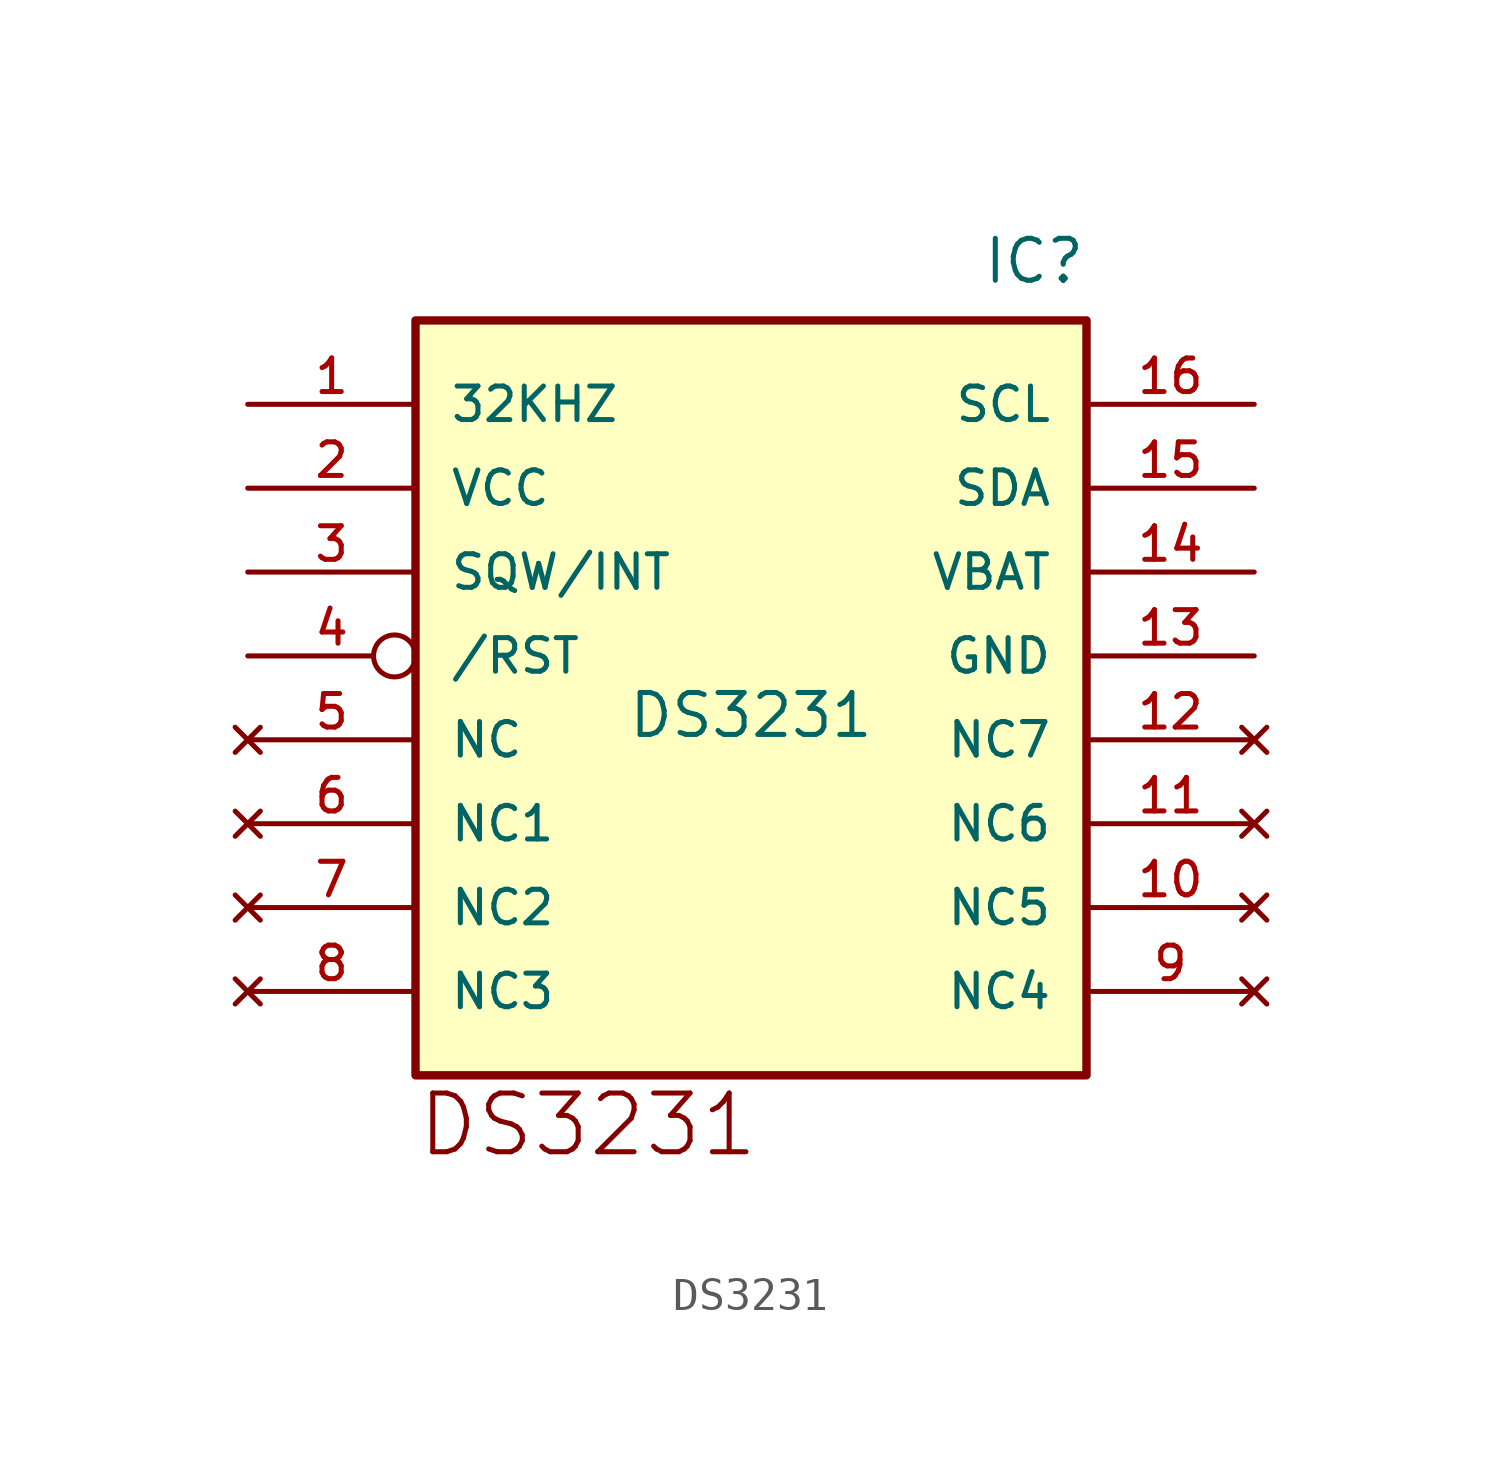
<source format=kicad_sym>
(kicad_symbol_lib
  (version 20231120)
  (generator "kicad_symbol_editor")
  (generator_version "8.0")
  (symbol "DS3231"
    (pin_names
      (offset 1.016))
    (property "Reference" "IC"
      (at 10.16 15.24 0)
      (effects (font (size 1.27 1.27)) (justify right top)))
    (property "Value" "DS3231"
      (at 0 0 0)
      (effects (font (size 1.27 1.27)) (justify bottom)))
    (symbol "DS3231_0_0"
      (rectangle (start -10.16 -10.16) (end 10.16 12.7) (stroke (width 0.254) (type default)) (fill (type background)))
      (text "DS3231" (at -10.16 -12.7 0) (effects (font (size 1.778 1.778)) (justify left bottom)))
      (pin output line (at -15.24 10.16 0) (length 5.08) (name "32KHZ" (effects (font (size 1.016 1.016)))) (number "1" (effects (font (size 1.016 1.016)))))
      (pin no_connect line (at 15.24 -5.08 180) (length 5.08) (name "NC5" (effects (font (size 1.016 1.016)))) (number "10" (effects (font (size 1.016 1.016)))))
      (pin no_connect line (at 15.24 -2.54 180) (length 5.08) (name "NC6" (effects (font (size 1.016 1.016)))) (number "11" (effects (font (size 1.016 1.016)))))
      (pin no_connect line (at 15.24 0 180) (length 5.08) (name "NC7" (effects (font (size 1.016 1.016)))) (number "12" (effects (font (size 1.016 1.016)))))
      (pin power_in line (at 15.24 2.54 180) (length 5.08) (name "GND" (effects (font (size 1.016 1.016)))) (number "13" (effects (font (size 1.016 1.016)))))
      (pin power_in line (at 15.24 5.08 180) (length 5.08) (name "VBAT" (effects (font (size 1.016 1.016)))) (number "14" (effects (font (size 1.016 1.016)))))
      (pin bidirectional line (at 15.24 7.62 180) (length 5.08) (name "SDA" (effects (font (size 1.016 1.016)))) (number "15" (effects (font (size 1.016 1.016)))))
      (pin bidirectional line (at 15.24 10.16 180) (length 5.08) (name "SCL" (effects (font (size 1.016 1.016)))) (number "16" (effects (font (size 1.016 1.016)))))
      (pin power_in line (at -15.24 7.62 0) (length 5.08) (name "VCC" (effects (font (size 1.016 1.016)))) (number "2" (effects (font (size 1.016 1.016)))))
      (pin output line (at -15.24 5.08 0) (length 5.08) (name "SQW/INT" (effects (font (size 1.016 1.016)))) (number "3" (effects (font (size 1.016 1.016)))))
      (pin passive inverted (at -15.24 2.54 0) (length 5.08) (name "/RST" (effects (font (size 1.016 1.016)))) (number "4" (effects (font (size 1.016 1.016)))))
      (pin no_connect line (at -15.24 0 0) (length 5.08) (name "NC" (effects (font (size 1.016 1.016)))) (number "5" (effects (font (size 1.016 1.016)))))
      (pin no_connect line (at -15.24 -2.54 0) (length 5.08) (name "NC1" (effects (font (size 1.016 1.016)))) (number "6" (effects (font (size 1.016 1.016)))))
      (pin no_connect line (at -15.24 -5.08 0) (length 5.08) (name "NC2" (effects (font (size 1.016 1.016)))) (number "7" (effects (font (size 1.016 1.016)))))
      (pin no_connect line (at -15.24 -7.62 0) (length 5.08) (name "NC3" (effects (font (size 1.016 1.016)))) (number "8" (effects (font (size 1.016 1.016)))))
      (pin no_connect line (at 15.24 -7.62 180) (length 5.08) (name "NC4" (effects (font (size 1.016 1.016)))) (number "9" (effects (font (size 1.016 1.016))))))))
</source>
